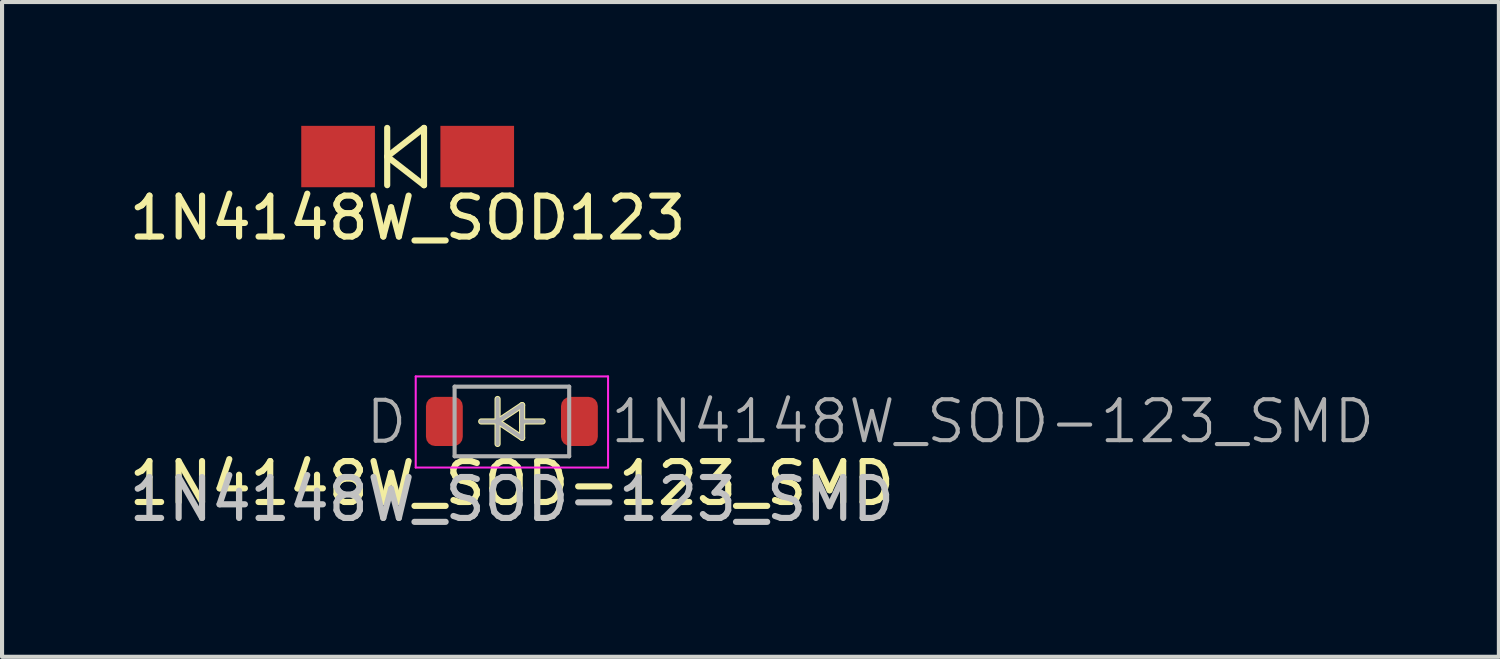
<source format=kicad_pcb>
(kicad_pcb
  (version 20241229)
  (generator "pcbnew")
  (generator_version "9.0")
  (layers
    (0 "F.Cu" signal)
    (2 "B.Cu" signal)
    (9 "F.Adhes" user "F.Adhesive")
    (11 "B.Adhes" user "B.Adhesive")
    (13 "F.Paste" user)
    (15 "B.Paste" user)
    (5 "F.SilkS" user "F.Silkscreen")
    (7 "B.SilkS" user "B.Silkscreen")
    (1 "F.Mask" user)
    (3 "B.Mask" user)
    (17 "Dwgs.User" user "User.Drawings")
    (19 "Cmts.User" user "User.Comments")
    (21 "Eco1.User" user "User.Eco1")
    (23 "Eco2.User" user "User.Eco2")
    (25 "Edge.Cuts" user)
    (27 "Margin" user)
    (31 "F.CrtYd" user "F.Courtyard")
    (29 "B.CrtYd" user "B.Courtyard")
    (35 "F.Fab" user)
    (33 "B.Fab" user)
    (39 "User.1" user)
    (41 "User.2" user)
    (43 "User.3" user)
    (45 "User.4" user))
  (footprint "1N4148W_SOD123"
    (placed yes)
    (layer "F.Cu")
    (at 6.911 0.775)
    (property "Reference" "1N4148W_SOD123" (at 0 1.5 0) (layer "F.SilkS") (effects (font (size 1 1) (thickness 0.15))))
    (attr through_hole)
    (fp_line (start -0.5 -0.7) (end -0.5 0.7) (stroke (width 0.15) (type solid)) (layer "F.SilkS"))
    (fp_line (start -0.5 0) (end 0.4 -0.7) (stroke (width 0.15) (type solid)) (layer "F.SilkS"))
    (fp_line (start 0.4 -0.7) (end 0.4 0.7) (stroke (width 0.15) (type solid)) (layer "F.SilkS"))
    (fp_line (start 0.4 0.7) (end -0.5 0) (stroke (width 0.15) (type solid)) (layer "F.SilkS"))
    (pad "1" smd rect (at -1.7 0) (size 1.8 1.5) (layers "F.Cu" "F.Mask" "F.Paste"))
    (pad "2" smd rect (at 1.7 0) (size 1.8 1.5) (layers "F.Cu" "F.Mask" "F.Paste")))
  (footprint "1N4148W_SOD-123_SMD"
    (placed yes)
    (layer "F.Cu")
    (at 9.458 7.261)
    (property "Reference" "1N4148W_SOD-123_SMD" (at 0 1.5 0) (layer "F.SilkS") (effects (font (size 1 1) (thickness 0.15))))
    (property "Value" "D" (at 0 -1.2 0) (layer "F.Fab") (hide yes) (effects (font (size 1 1) (thickness 0.15))))
    (attr smd)
    (fp_line (start -0.75 -0.013) (end -0.35 -0.013) (stroke (width 0.15) (type solid)) (layer "F.SilkS"))
    (fp_line (start -0.35 -0.013) (end -0.35 -0.562) (stroke (width 0.15) (type solid)) (layer "F.SilkS"))
    (fp_line (start -0.35 -0.013) (end -0.35 0.537) (stroke (width 0.15) (type solid)) (layer "F.SilkS"))
    (fp_line (start -0.35 -0.013) (end 0.25 -0.412) (stroke (width 0.15) (type solid)) (layer "F.SilkS"))
    (fp_line (start 0.25 -0.412) (end 0.25 0.388) (stroke (width 0.15) (type solid)) (layer "F.SilkS"))
    (fp_line (start 0.25 -0.013) (end 0.75 -0.013) (stroke (width 0.15) (type solid)) (layer "F.SilkS"))
    (fp_line (start 0.25 0.388) (end -0.35 -0.013) (stroke (width 0.15) (type solid)) (layer "F.SilkS"))
    (fp_line (start -2.35 -1.113) (end 2.35 -1.113) (stroke (width 0.05) (type solid)) (layer "F.CrtYd"))
    (fp_line (start -2.35 1.113) (end -2.35 -1.113) (stroke (width 0.05) (type solid)) (layer "F.CrtYd"))
    (fp_line (start 2.35 1.113) (end -2.35 1.113) (stroke (width 0.05) (type solid)) (layer "F.CrtYd"))
    (fp_line (start 2.35 1.113) (end 2.35 -1.113) (stroke (width 0.05) (type solid)) (layer "F.CrtYd"))
    (fp_line (start -1.4 -0.863) (end 1.4 -0.863) (stroke (width 0.1) (type solid)) (layer "F.Fab"))
    (fp_line (start -1.4 0.838) (end -1.4 -0.863) (stroke (width 0.1) (type solid)) (layer "F.Fab"))
    (fp_line (start -0.75 -0.013) (end -0.35 -0.013) (stroke (width 0.1) (type solid)) (layer "F.Fab"))
    (fp_line (start -0.35 -0.013) (end -0.35 -0.562) (stroke (width 0.1) (type solid)) (layer "F.Fab"))
    (fp_line (start -0.35 -0.013) (end -0.35 0.537) (stroke (width 0.1) (type solid)) (layer "F.Fab"))
    (fp_line (start -0.35 -0.013) (end 0.25 -0.412) (stroke (width 0.1) (type solid)) (layer "F.Fab"))
    (fp_line (start 0.25 -0.412) (end 0.25 0.388) (stroke (width 0.1) (type solid)) (layer "F.Fab"))
    (fp_line (start 0.25 -0.013) (end 0.75 -0.013) (stroke (width 0.1) (type solid)) (layer "F.Fab"))
    (fp_line (start 0.25 0.388) (end -0.35 -0.013) (stroke (width 0.1) (type solid)) (layer "F.Fab"))
    (fp_line (start 1.4 -0.863) (end 1.4 0.838) (stroke (width 0.1) (type solid)) (layer "F.Fab"))
    (fp_line (start 1.4 0.838) (end -1.4 0.838) (stroke (width 0.1) (type solid)) (layer "F.Fab"))
    (fp_text user "${REFERENCE}" (at 0 1.89 180) (layer "Dwgs.User") (effects (font (size 1 1) (thickness 0.15))))
    (fp_text user "${VALUE}" (at -2.5 0 0) (layer "F.Fab") (effects (font (size 1 1) (thickness 0.1)) (justify right)))
    (fp_text user "${REFERENCE}" (at 2.35 -0.013 0) (layer "F.Fab") (effects (font (size 1 1) (thickness 0.1)) (justify left)))
    (pad "1" smd roundrect (at -1.65 -0.013) (size 0.9 1.2) (layers "F.Cu" "F.Mask" "F.Paste") (roundrect_rratio 0.25))
    (pad "2" smd roundrect (at 1.65 -0.013) (size 0.9 1.2) (layers "F.Cu" "F.Mask" "F.Paste") (roundrect_rratio 0.25)))
  (gr_rect
    (start -3 -3)
    (end 33.575 12.999)
    (stroke (width 0.1) (type default))
    (fill no)
    (layer "Edge.Cuts")))
</source>
